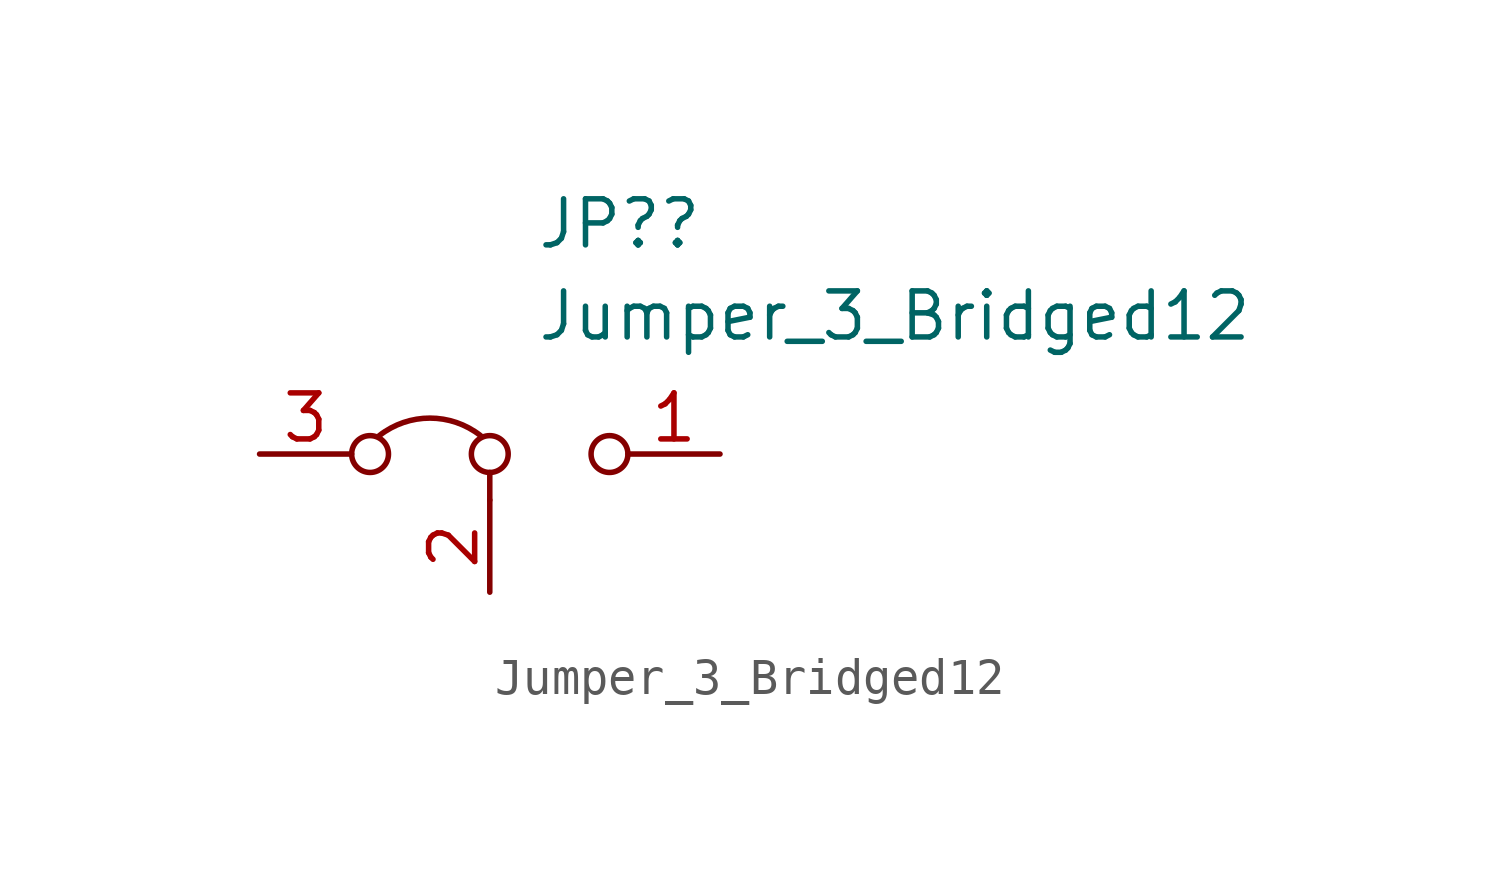
<source format=kicad_sym>
(kicad_symbol_lib
  (version 20211014)
  (generator kicad_symbol_editor)
  (symbol "Jumper_3_Bridged12"
    (pin_names
      (offset 0) hide)
    (property "Reference" "JP?"
      (at 1.27 6.35 0)
      (effects (font (size 1.27 1.27)) (justify left)))
    (property "Value" "Jumper_3_Bridged12"
      (at 1.27 3.81 0)
      (effects (font (size 1.27 1.27)) (justify left)))
    (symbol "Jumper_3_Bridged12_0_0"
      (circle (center -3.302 0) (radius 0.508) (stroke (width 0) (type default) (color 0 0 0 0)) (fill (type none)))
      (circle (center 0 0) (radius 0.508) (stroke (width 0) (type default) (color 0 0 0 0)) (fill (type none)))
      (circle (center 3.302 0) (radius 0.508) (stroke (width 0) (type default) (color 0 0 0 0)) (fill (type none))))
    (symbol "Jumper_3_Bridged12_0_1"
      (arc (start -0.254 0.508) (mid -1.651 0.9912) (end -3.048 0.508) (stroke (width 0) (type default) (color 0 0 0 0)) (fill (type none)))
      (polyline (pts (xy 0 -1.27) (xy 0 -0.508)) (stroke (width 0) (type default) (color 0 0 0 0)) (fill (type none))))
    (symbol "Jumper_3_Bridged12_1_1"
      (pin passive line (at 6.35 0 180) (length 2.54) (name "B" (effects (font (size 1.27 1.27)))) (number "1" (effects (font (size 1.27 1.27)))))
      (pin passive line (at 0 -3.81 90) (length 2.54) (name "C" (effects (font (size 1.27 1.27)))) (number "2" (effects (font (size 1.27 1.27)))))
      (pin passive line (at -6.35 0 0) (length 2.54) (name "A" (effects (font (size 1.27 1.27)))) (number "3" (effects (font (size 1.27 1.27))))))))
</source>
